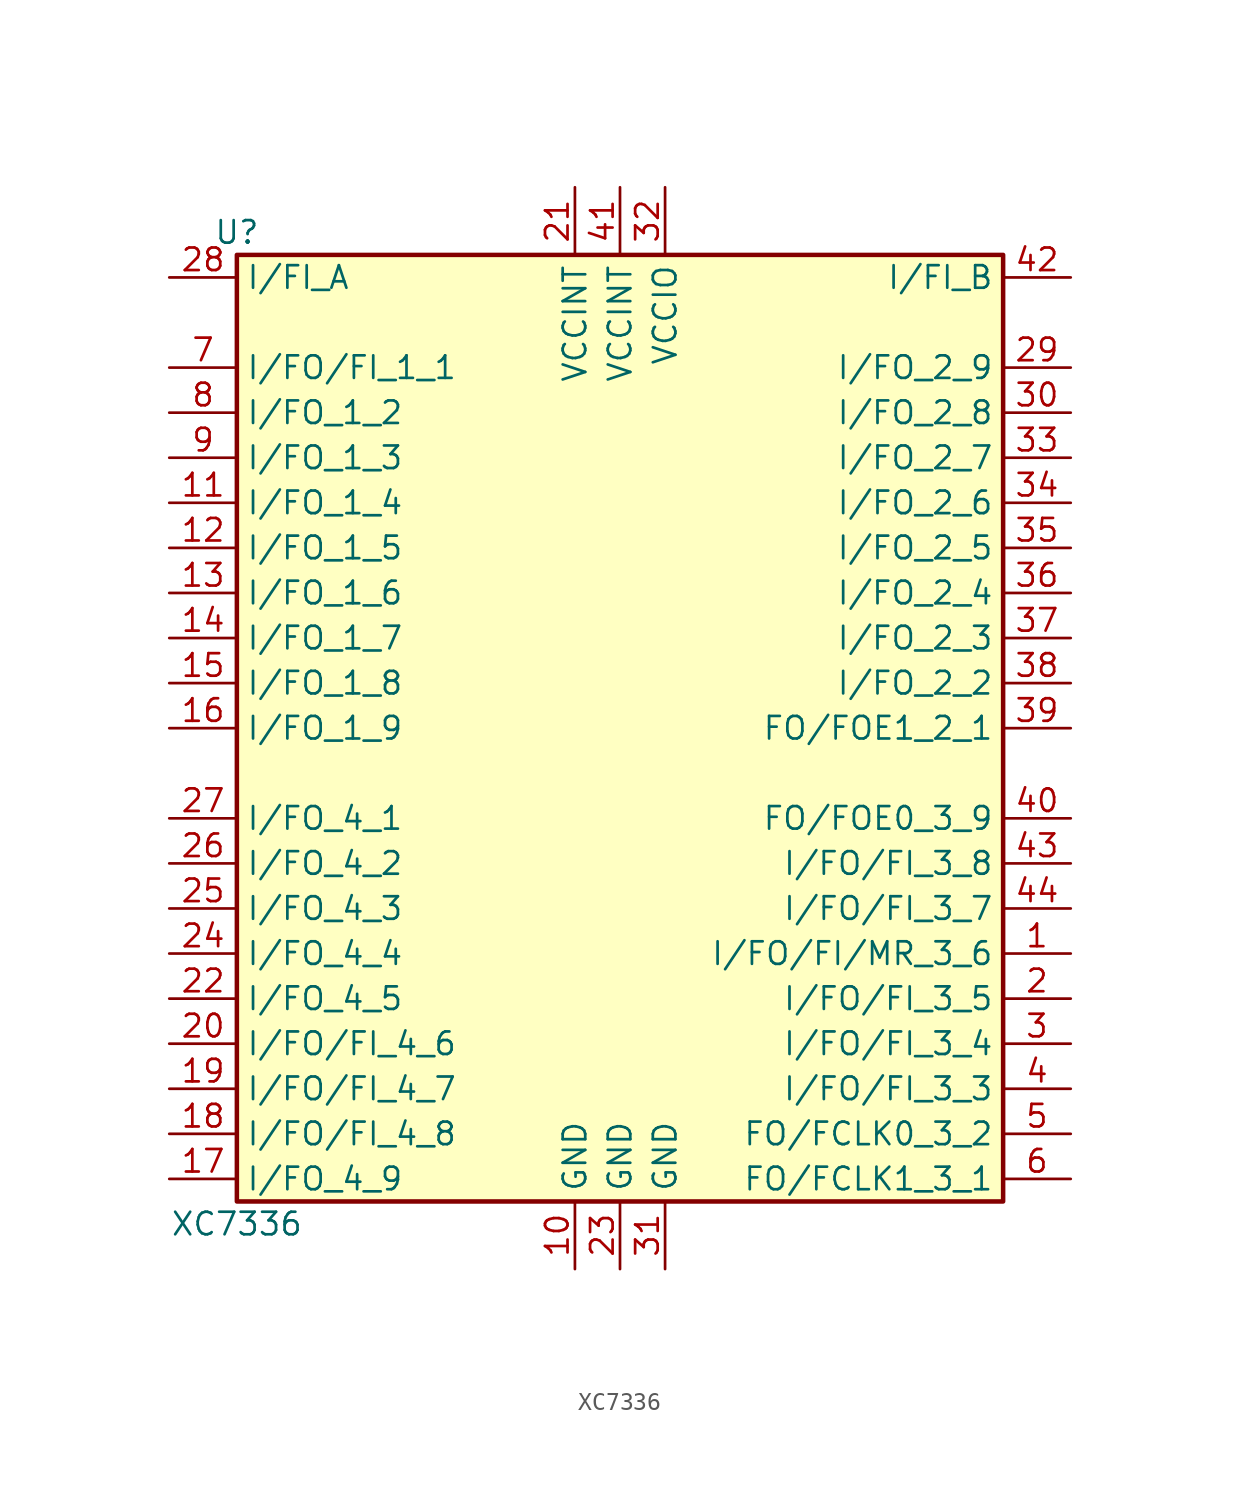
<source format=kicad_sym>
(kicad_symbol_lib
  (version 20211014)
  (generator kicad_symbol_editor)
  (symbol "XC7336"
    (property "Reference" "U"
      (at -21.59 27.94 0)
      (effects (font (size 1.27 1.27))))
    (property "Value" "XC7336"
      (at -21.59 -27.94 0)
      (effects (font (size 1.27 1.27))))
    (symbol "XC7336_1_1"
      (rectangle (start -21.59 26.67) (end 21.59 -26.67) (stroke (width 0.254) (type default) (color 0 0 0 0)) (fill (type background)))
      (pin bidirectional line (at 25.4 -12.7 180) (length 3.81) (name "I/FO/FI/MR_3_6" (effects (font (size 1.27 1.27)))) (number "1" (effects (font (size 1.27 1.27)))))
      (pin power_in line (at -2.54 -30.48 90) (length 3.81) (name "GND" (effects (font (size 1.27 1.27)))) (number "10" (effects (font (size 1.27 1.27)))))
      (pin bidirectional line (at -25.4 12.7 0) (length 3.81) (name "I/FO_1_4" (effects (font (size 1.27 1.27)))) (number "11" (effects (font (size 1.27 1.27)))))
      (pin bidirectional line (at -25.4 10.16 0) (length 3.81) (name "I/FO_1_5" (effects (font (size 1.27 1.27)))) (number "12" (effects (font (size 1.27 1.27)))))
      (pin bidirectional line (at -25.4 7.62 0) (length 3.81) (name "I/FO_1_6" (effects (font (size 1.27 1.27)))) (number "13" (effects (font (size 1.27 1.27)))))
      (pin bidirectional line (at -25.4 5.08 0) (length 3.81) (name "I/FO_1_7" (effects (font (size 1.27 1.27)))) (number "14" (effects (font (size 1.27 1.27)))))
      (pin bidirectional line (at -25.4 2.54 0) (length 3.81) (name "I/FO_1_8" (effects (font (size 1.27 1.27)))) (number "15" (effects (font (size 1.27 1.27)))))
      (pin bidirectional line (at -25.4 0 0) (length 3.81) (name "I/FO_1_9" (effects (font (size 1.27 1.27)))) (number "16" (effects (font (size 1.27 1.27)))))
      (pin bidirectional line (at -25.4 -25.4 0) (length 3.81) (name "I/FO_4_9" (effects (font (size 1.27 1.27)))) (number "17" (effects (font (size 1.27 1.27)))))
      (pin bidirectional line (at -25.4 -22.86 0) (length 3.81) (name "I/FO/FI_4_8" (effects (font (size 1.27 1.27)))) (number "18" (effects (font (size 1.27 1.27)))))
      (pin bidirectional line (at -25.4 -20.32 0) (length 3.81) (name "I/FO/FI_4_7" (effects (font (size 1.27 1.27)))) (number "19" (effects (font (size 1.27 1.27)))))
      (pin bidirectional line (at 25.4 -15.24 180) (length 3.81) (name "I/FO/FI_3_5" (effects (font (size 1.27 1.27)))) (number "2" (effects (font (size 1.27 1.27)))))
      (pin bidirectional line (at -25.4 -17.78 0) (length 3.81) (name "I/FO/FI_4_6" (effects (font (size 1.27 1.27)))) (number "20" (effects (font (size 1.27 1.27)))))
      (pin power_in line (at -2.54 30.48 270) (length 3.81) (name "VCCINT" (effects (font (size 1.27 1.27)))) (number "21" (effects (font (size 1.27 1.27)))))
      (pin bidirectional line (at -25.4 -15.24 0) (length 3.81) (name "I/FO_4_5" (effects (font (size 1.27 1.27)))) (number "22" (effects (font (size 1.27 1.27)))))
      (pin power_in line (at 0 -30.48 90) (length 3.81) (name "GND" (effects (font (size 1.27 1.27)))) (number "23" (effects (font (size 1.27 1.27)))))
      (pin bidirectional line (at -25.4 -12.7 0) (length 3.81) (name "I/FO_4_4" (effects (font (size 1.27 1.27)))) (number "24" (effects (font (size 1.27 1.27)))))
      (pin bidirectional line (at -25.4 -10.16 0) (length 3.81) (name "I/FO_4_3" (effects (font (size 1.27 1.27)))) (number "25" (effects (font (size 1.27 1.27)))))
      (pin bidirectional line (at -25.4 -7.62 0) (length 3.81) (name "I/FO_4_2" (effects (font (size 1.27 1.27)))) (number "26" (effects (font (size 1.27 1.27)))))
      (pin bidirectional line (at -25.4 -5.08 0) (length 3.81) (name "I/FO_4_1" (effects (font (size 1.27 1.27)))) (number "27" (effects (font (size 1.27 1.27)))))
      (pin bidirectional line (at -25.4 25.4 0) (length 3.81) (name "I/FI_A" (effects (font (size 1.27 1.27)))) (number "28" (effects (font (size 1.27 1.27)))))
      (pin bidirectional line (at 25.4 20.32 180) (length 3.81) (name "I/FO_2_9" (effects (font (size 1.27 1.27)))) (number "29" (effects (font (size 1.27 1.27)))))
      (pin bidirectional line (at 25.4 -17.78 180) (length 3.81) (name "I/FO/FI_3_4" (effects (font (size 1.27 1.27)))) (number "3" (effects (font (size 1.27 1.27)))))
      (pin bidirectional line (at 25.4 17.78 180) (length 3.81) (name "I/FO_2_8" (effects (font (size 1.27 1.27)))) (number "30" (effects (font (size 1.27 1.27)))))
      (pin power_in line (at 2.54 -30.48 90) (length 3.81) (name "GND" (effects (font (size 1.27 1.27)))) (number "31" (effects (font (size 1.27 1.27)))))
      (pin power_in line (at 2.54 30.48 270) (length 3.81) (name "VCCIO" (effects (font (size 1.27 1.27)))) (number "32" (effects (font (size 1.27 1.27)))))
      (pin bidirectional line (at 25.4 15.24 180) (length 3.81) (name "I/FO_2_7" (effects (font (size 1.27 1.27)))) (number "33" (effects (font (size 1.27 1.27)))))
      (pin bidirectional line (at 25.4 12.7 180) (length 3.81) (name "I/FO_2_6" (effects (font (size 1.27 1.27)))) (number "34" (effects (font (size 1.27 1.27)))))
      (pin bidirectional line (at 25.4 10.16 180) (length 3.81) (name "I/FO_2_5" (effects (font (size 1.27 1.27)))) (number "35" (effects (font (size 1.27 1.27)))))
      (pin bidirectional line (at 25.4 7.62 180) (length 3.81) (name "I/FO_2_4" (effects (font (size 1.27 1.27)))) (number "36" (effects (font (size 1.27 1.27)))))
      (pin bidirectional line (at 25.4 5.08 180) (length 3.81) (name "I/FO_2_3" (effects (font (size 1.27 1.27)))) (number "37" (effects (font (size 1.27 1.27)))))
      (pin bidirectional line (at 25.4 2.54 180) (length 3.81) (name "I/FO_2_2" (effects (font (size 1.27 1.27)))) (number "38" (effects (font (size 1.27 1.27)))))
      (pin bidirectional line (at 25.4 0 180) (length 3.81) (name "FO/FOE1_2_1" (effects (font (size 1.27 1.27)))) (number "39" (effects (font (size 1.27 1.27)))))
      (pin bidirectional line (at 25.4 -20.32 180) (length 3.81) (name "I/FO/FI_3_3" (effects (font (size 1.27 1.27)))) (number "4" (effects (font (size 1.27 1.27)))))
      (pin bidirectional line (at 25.4 -5.08 180) (length 3.81) (name "FO/FOE0_3_9" (effects (font (size 1.27 1.27)))) (number "40" (effects (font (size 1.27 1.27)))))
      (pin power_in line (at 0 30.48 270) (length 3.81) (name "VCCINT" (effects (font (size 1.27 1.27)))) (number "41" (effects (font (size 1.27 1.27)))))
      (pin bidirectional line (at 25.4 25.4 180) (length 3.81) (name "I/FI_B" (effects (font (size 1.27 1.27)))) (number "42" (effects (font (size 1.27 1.27)))))
      (pin bidirectional line (at 25.4 -7.62 180) (length 3.81) (name "I/FO/FI_3_8" (effects (font (size 1.27 1.27)))) (number "43" (effects (font (size 1.27 1.27)))))
      (pin bidirectional line (at 25.4 -10.16 180) (length 3.81) (name "I/FO/FI_3_7" (effects (font (size 1.27 1.27)))) (number "44" (effects (font (size 1.27 1.27)))))
      (pin bidirectional line (at 25.4 -22.86 180) (length 3.81) (name "FO/FCLK0_3_2" (effects (font (size 1.27 1.27)))) (number "5" (effects (font (size 1.27 1.27)))))
      (pin bidirectional line (at 25.4 -25.4 180) (length 3.81) (name "FO/FCLK1_3_1" (effects (font (size 1.27 1.27)))) (number "6" (effects (font (size 1.27 1.27)))))
      (pin bidirectional line (at -25.4 20.32 0) (length 3.81) (name "I/FO/FI_1_1" (effects (font (size 1.27 1.27)))) (number "7" (effects (font (size 1.27 1.27)))))
      (pin bidirectional line (at -25.4 17.78 0) (length 3.81) (name "I/FO_1_2" (effects (font (size 1.27 1.27)))) (number "8" (effects (font (size 1.27 1.27)))))
      (pin bidirectional line (at -25.4 15.24 0) (length 3.81) (name "I/FO_1_3" (effects (font (size 1.27 1.27)))) (number "9" (effects (font (size 1.27 1.27))))))))
</source>
